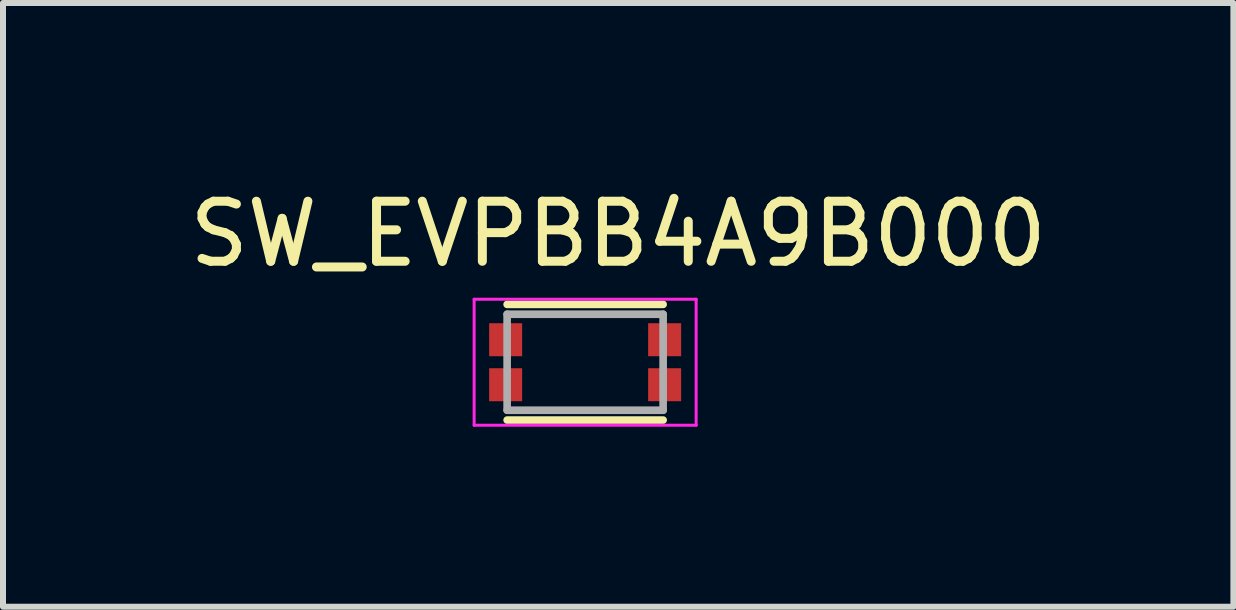
<source format=kicad_pcb>
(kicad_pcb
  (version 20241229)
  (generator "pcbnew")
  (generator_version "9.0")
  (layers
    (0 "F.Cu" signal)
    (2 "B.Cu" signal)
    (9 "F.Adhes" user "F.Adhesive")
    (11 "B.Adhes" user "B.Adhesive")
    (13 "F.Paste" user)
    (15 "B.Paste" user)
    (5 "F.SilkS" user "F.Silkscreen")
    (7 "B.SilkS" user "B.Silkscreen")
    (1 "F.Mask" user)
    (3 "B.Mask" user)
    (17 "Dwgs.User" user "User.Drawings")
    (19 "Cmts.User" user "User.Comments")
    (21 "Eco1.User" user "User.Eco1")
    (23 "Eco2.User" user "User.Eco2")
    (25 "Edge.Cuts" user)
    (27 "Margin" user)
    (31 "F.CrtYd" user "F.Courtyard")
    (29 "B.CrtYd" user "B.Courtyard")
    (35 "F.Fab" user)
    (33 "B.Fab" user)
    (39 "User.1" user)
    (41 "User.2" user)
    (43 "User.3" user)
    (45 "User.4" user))
  (footprint "SW_EVPBB4A9B000"
    (layer "F.Cu")
    (at 6.702 2.987)
    (property "Reference" "SW_EVPBB4A9B000" (at 0.551 -2.138 0) (layer "F.SilkS") (effects (font (size 1.001 1.001) (thickness 0.15))))
    (attr through_hole)
    (fp_line (start -1.3 -0.964) (end 1.3 -0.964) (stroke (width 0.127) (type solid)) (layer "F.SilkS"))
    (fp_line (start -1.3 0.964) (end 1.3 0.964) (stroke (width 0.127) (type solid)) (layer "F.SilkS"))
    (fp_poly (pts (xy -1.55 -0.6) (xy -1.1 -0.6) (xy -1.1 -0.15) (xy -1.55 -0.15)) (stroke (width 0.01) (type solid)) (fill yes) (layer "F.Paste"))
    (fp_poly (pts (xy -1.55 0.15) (xy -1.1 0.15) (xy -1.1 0.6) (xy -1.55 0.6)) (stroke (width 0.01) (type solid)) (fill yes) (layer "F.Paste"))
    (fp_poly (pts (xy 1.1 -0.6) (xy 1.55 -0.6) (xy 1.55 -0.15) (xy 1.1 -0.15)) (stroke (width 0.01) (type solid)) (fill yes) (layer "F.Paste"))
    (fp_poly (pts (xy 1.1 0.15) (xy 1.55 0.15) (xy 1.55 0.6) (xy 1.1 0.6)) (stroke (width 0.01) (type solid)) (fill yes) (layer "F.Paste"))
    (fp_line (start -1.85 -1.05) (end 1.85 -1.05) (stroke (width 0.05) (type solid)) (layer "F.CrtYd"))
    (fp_line (start -1.85 1.05) (end -1.85 -1.05) (stroke (width 0.05) (type solid)) (layer "F.CrtYd"))
    (fp_line (start 1.85 -1.05) (end 1.85 1.05) (stroke (width 0.05) (type solid)) (layer "F.CrtYd"))
    (fp_line (start 1.85 1.05) (end -1.85 1.05) (stroke (width 0.05) (type solid)) (layer "F.CrtYd"))
    (fp_line (start -1.3 -0.8) (end 1.3 -0.8) (stroke (width 0.127) (type solid)) (layer "F.Fab"))
    (fp_line (start -1.3 0.8) (end -1.3 -0.8) (stroke (width 0.127) (type solid)) (layer "F.Fab"))
    (fp_line (start 1.3 -0.8) (end 1.3 0.8) (stroke (width 0.127) (type solid)) (layer "F.Fab"))
    (fp_line (start 1.3 0.8) (end -1.3 0.8) (stroke (width 0.127) (type solid)) (layer "F.Fab"))
    (pad "A1" smd rect (at -1.325 -0.375) (size 0.55 0.55) (layers "F.Cu" "F.Mask"))
    (pad "A2" smd rect (at -1.325 0.375) (size 0.55 0.55) (layers "F.Cu" "F.Mask"))
    (pad "B1" smd rect (at 1.325 -0.375) (size 0.55 0.55) (layers "F.Cu" "F.Mask"))
    (pad "B2" smd rect (at 1.325 0.375) (size 0.55 0.55) (layers "F.Cu" "F.Mask"))
    (zone (net_name "") (layer "F.Cu") (hatch full 0.508) (connect_pads) (min_thickness 0.01) (filled_areas_thickness no) (keepout (tracks not_allowed) (vias not_allowed) (pads not_allowed) (copperpour not_allowed) (footprints allowed)) (placement (enabled no)) (fill) (polygon (pts (xy 5.7 2.187) (xy 7.702 2.187) (xy 7.702 3.789) (xy 5.7 3.789)))))
  (gr_rect
    (start -3 -3)
    (end 17.506 7.062)
    (stroke (width 0.1) (type default))
    (fill no)
    (layer "Edge.Cuts")))
</source>
